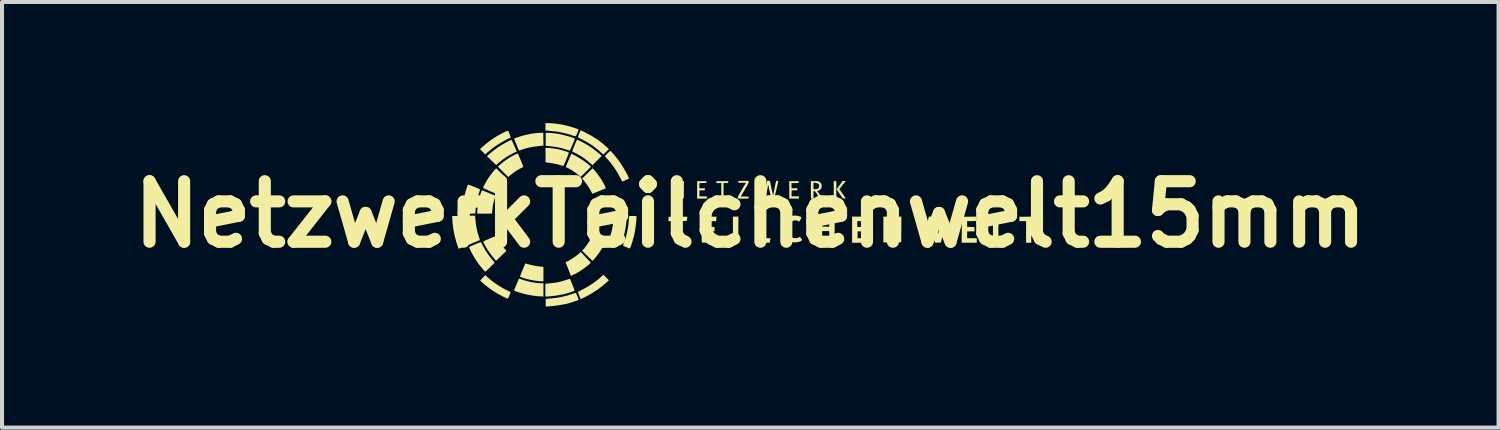
<source format=kicad_pcb>
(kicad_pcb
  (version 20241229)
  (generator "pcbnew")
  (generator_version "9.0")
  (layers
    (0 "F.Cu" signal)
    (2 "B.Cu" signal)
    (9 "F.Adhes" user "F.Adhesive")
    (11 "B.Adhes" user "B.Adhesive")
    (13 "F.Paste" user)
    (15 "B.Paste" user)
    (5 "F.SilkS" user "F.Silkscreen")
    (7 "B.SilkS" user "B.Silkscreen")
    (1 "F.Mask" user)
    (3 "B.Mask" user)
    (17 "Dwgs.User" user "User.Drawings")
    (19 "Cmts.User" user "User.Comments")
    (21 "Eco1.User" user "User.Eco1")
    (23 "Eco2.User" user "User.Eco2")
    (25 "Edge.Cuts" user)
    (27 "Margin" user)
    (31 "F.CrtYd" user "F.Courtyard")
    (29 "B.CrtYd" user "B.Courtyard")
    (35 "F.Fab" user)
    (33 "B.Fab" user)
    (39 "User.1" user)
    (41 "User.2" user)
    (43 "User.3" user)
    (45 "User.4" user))
  (footprint "NetzwerkTeilchenwelt15mm"
    (layer "F.Cu")
    (at 15.55 2.264)
    (property "Reference" "NetzwerkTeilchenwelt15mm" (at 0 0 0) (layer "F.SilkS") (effects (font (size 1.5 1.5) (thickness 0.3))))
    (attr board_only exclude_from_pos_files exclude_from_bom)
    (fp_poly (pts (xy 2.133 -0.607) (xy 2.133 -0.391) (xy 2.101 -0.391) (xy 2.069 -0.391) (xy 2.069 -0.607) (xy 2.069 -0.823) (xy 2.101 -0.823) (xy 2.133 -0.823)) (stroke (width 0) (type solid)) (fill yes) (layer "F.SilkS"))
    (fp_poly (pts (xy -0.296 0.379) (xy -0.296 0.703) (xy -0.358 0.703) (xy -0.388 0.702) (xy -0.412 0.701) (xy -0.425 0.698) (xy -0.426 0.698) (xy -0.427 0.689) (xy -0.428 0.666) (xy -0.429 0.63) (xy -0.43 0.583) (xy -0.431 0.528) (xy -0.431 0.465) (xy -0.431 0.397) (xy -0.431 0.374) (xy -0.431 0.056) (xy -0.363 0.056) (xy -0.296 0.056)) (stroke (width 0) (type solid)) (fill yes) (layer "F.SilkS"))
    (fp_poly (pts (xy 6.15 0.323) (xy 6.15 0.591) (xy 6.266 0.591) (xy 6.307 0.591) (xy 6.342 0.592) (xy 6.367 0.593) (xy 6.381 0.595) (xy 6.382 0.595) (xy 6.38 0.605) (xy 6.375 0.625) (xy 6.369 0.651) (xy 6.356 0.703) (xy 6.185 0.703) (xy 6.014 0.703) (xy 6.016 0.381) (xy 6.019 0.06) (xy 6.084 0.058) (xy 6.15 0.055)) (stroke (width 0) (type solid)) (fill yes) (layer "F.SilkS"))
    (fp_poly (pts (xy -0.546 -0.805) (xy -0.55 -0.788) (xy -0.551 -0.781) (xy -0.558 -0.778) (xy -0.578 -0.776) (xy -0.605 -0.775) (xy -0.607 -0.775) (xy -0.663 -0.775) (xy -0.663 -0.583) (xy -0.663 -0.391) (xy -0.691 -0.391) (xy -0.719 -0.391) (xy -0.719 -0.583) (xy -0.719 -0.775) (xy -0.779 -0.775) (xy -0.839 -0.775) (xy -0.839 -0.799) (xy -0.839 -0.823) (xy -0.69 -0.823) (xy -0.541 -0.823)) (stroke (width 0) (type solid)) (fill yes) (layer "F.SilkS"))
    (fp_poly (pts (xy 0.272 0.323) (xy 0.272 0.591) (xy 0.387 0.591) (xy 0.428 0.591) (xy 0.463 0.593) (xy 0.488 0.594) (xy 0.502 0.596) (xy 0.503 0.597) (xy 0.501 0.608) (xy 0.497 0.628) (xy 0.496 0.631) (xy 0.489 0.657) (xy 0.484 0.681) (xy 0.484 0.681) (xy 0.479 0.703) (xy 0.307 0.703) (xy 0.136 0.703) (xy 0.136 0.379) (xy 0.136 0.056) (xy 0.204 0.056) (xy 0.272 0.056)) (stroke (width 0) (type solid)) (fill yes) (layer "F.SilkS"))
    (fp_poly (pts (xy -1.088 -0.801) (xy -1.09 -0.779) (xy -1.176 -0.777) (xy -1.262 -0.774) (xy -1.262 -0.711) (xy -1.262 -0.647) (xy -1.194 -0.647) (xy -1.126 -0.647) (xy -1.126 -0.621) (xy -1.126 -0.594) (xy -1.192 -0.595) (xy -1.258 -0.595) (xy -1.26 -0.521) (xy -1.263 -0.447) (xy -1.17 -0.447) (xy -1.078 -0.447) (xy -1.078 -0.419) (xy -1.078 -0.391) (xy -1.198 -0.391) (xy -1.318 -0.391) (xy -1.318 -0.607) (xy -1.318 -0.823) (xy -1.202 -0.823) (xy -1.085 -0.823)) (stroke (width 0) (type solid)) (fill yes) (layer "F.SilkS"))
    (fp_poly (pts (xy 1.198 -0.799) (xy 1.198 -0.775) (xy 1.11 -0.775) (xy 1.022 -0.775) (xy 1.022 -0.711) (xy 1.022 -0.647) (xy 1.094 -0.647) (xy 1.166 -0.647) (xy 1.166 -0.621) (xy 1.166 -0.595) (xy 1.096 -0.595) (xy 1.026 -0.595) (xy 1.024 -0.521) (xy 1.022 -0.447) (xy 1.114 -0.447) (xy 1.206 -0.447) (xy 1.206 -0.419) (xy 1.206 -0.391) (xy 1.086 -0.391) (xy 0.966 -0.391) (xy 0.966 -0.607) (xy 0.966 -0.823) (xy 1.082 -0.823) (xy 1.198 -0.823)) (stroke (width 0) (type solid)) (fill yes) (layer "F.SilkS"))
    (fp_poly (pts (xy -7.201 0.11) (xy -7.191 0.225) (xy -7.174 0.342) (xy -7.152 0.458) (xy -7.125 0.567) (xy -7.095 0.667) (xy -7.082 0.702) (xy -7.07 0.734) (xy -7.061 0.76) (xy -7.056 0.776) (xy -7.056 0.78) (xy -7.064 0.784) (xy -7.083 0.793) (xy -7.111 0.805) (xy -7.144 0.818) (xy -7.229 0.854) (xy -7.238 0.832) (xy -7.29 0.679) (xy -7.332 0.519) (xy -7.363 0.357) (xy -7.382 0.197) (xy -7.386 0.142) (xy -7.391 0.04) (xy -7.298 0.04) (xy -7.206 0.04)) (stroke (width 0) (type solid)) (fill yes) (layer "F.SilkS"))
    (fp_poly (pts (xy 7.072 0.057) (xy 7.102 0.058) (xy 7.123 0.061) (xy 7.135 0.066) (xy 7.141 0.074) (xy 7.141 0.085) (xy 7.138 0.1) (xy 7.134 0.118) (xy 7.131 0.127) (xy 7.122 0.168) (xy 7.044 0.168) (xy 6.965 0.168) (xy 6.965 0.435) (xy 6.965 0.703) (xy 6.901 0.703) (xy 6.837 0.703) (xy 6.837 0.435) (xy 6.837 0.168) (xy 6.753 0.168) (xy 6.669 0.168) (xy 6.671 0.114) (xy 6.673 0.06) (xy 6.907 0.058) (xy 6.976 0.057) (xy 7.03 0.057)) (stroke (width 0) (type solid)) (fill yes) (layer "F.SilkS"))
    (fp_poly (pts (xy -4.43 -1.497) (xy -4.411 -1.489) (xy -4.383 -1.476) (xy -4.352 -1.461) (xy -4.249 -1.405) (xy -4.148 -1.34) (xy -4.053 -1.27) (xy -3.993 -1.219) (xy -3.951 -1.181) (xy -4.078 -1.054) (xy -4.205 -0.928) (xy -4.249 -0.967) (xy -4.29 -1.001) (xy -4.34 -1.038) (xy -4.396 -1.075) (xy -4.452 -1.11) (xy -4.504 -1.138) (xy -4.51 -1.141) (xy -4.575 -1.174) (xy -4.508 -1.335) (xy -4.488 -1.382) (xy -4.471 -1.424) (xy -4.456 -1.459) (xy -4.445 -1.484) (xy -4.439 -1.498) (xy -4.438 -1.499)) (stroke (width 0) (type solid)) (fill yes) (layer "F.SilkS"))
    (fp_poly (pts (xy -6.817 0.11) (xy -6.798 0.278) (xy -6.762 0.442) (xy -6.726 0.563) (xy -6.716 0.594) (xy -6.708 0.619) (xy -6.705 0.634) (xy -6.705 0.637) (xy -6.713 0.641) (xy -6.733 0.65) (xy -6.762 0.663) (xy -6.798 0.678) (xy -6.838 0.694) (xy -6.878 0.711) (xy -6.916 0.727) (xy -6.95 0.741) (xy -6.977 0.752) (xy -6.993 0.758) (xy -6.996 0.759) (xy -7.001 0.752) (xy -7.01 0.733) (xy -7.02 0.707) (xy -7.023 0.701) (xy -7.072 0.549) (xy -7.109 0.393) (xy -7.134 0.23) (xy -7.145 0.11) (xy -7.15 0.032) (xy -6.986 0.032) (xy -6.823 0.032)) (stroke (width 0) (type solid)) (fill yes) (layer "F.SilkS"))
    (fp_poly (pts (xy 2.362 -0.828) (xy 2.364 -0.827) (xy 2.36 -0.819) (xy 2.346 -0.801) (xy 2.327 -0.776) (xy 2.302 -0.744) (xy 2.285 -0.724) (xy 2.206 -0.626) (xy 2.285 -0.515) (xy 2.311 -0.478) (xy 2.333 -0.445) (xy 2.35 -0.42) (xy 2.361 -0.403) (xy 2.364 -0.397) (xy 2.357 -0.394) (xy 2.339 -0.392) (xy 2.33 -0.392) (xy 2.305 -0.394) (xy 2.289 -0.404) (xy 2.284 -0.41) (xy 2.275 -0.422) (xy 2.259 -0.446) (xy 2.238 -0.476) (xy 2.214 -0.511) (xy 2.205 -0.524) (xy 2.139 -0.621) (xy 2.215 -0.724) (xy 2.29 -0.827) (xy 2.327 -0.829) (xy 2.349 -0.83)) (stroke (width 0) (type solid)) (fill yes) (layer "F.SilkS"))
    (fp_poly (pts (xy 5.603 0.106) (xy 5.6 0.133) (xy 5.596 0.153) (xy 5.594 0.162) (xy 5.585 0.164) (xy 5.563 0.166) (xy 5.531 0.167) (xy 5.493 0.168) (xy 5.483 0.168) (xy 5.376 0.168) (xy 5.376 0.239) (xy 5.376 0.311) (xy 5.465 0.313) (xy 5.555 0.316) (xy 5.558 0.369) (xy 5.56 0.423) (xy 5.468 0.423) (xy 5.376 0.423) (xy 5.376 0.507) (xy 5.376 0.591) (xy 5.495 0.591) (xy 5.615 0.591) (xy 5.615 0.647) (xy 5.615 0.703) (xy 5.427 0.703) (xy 5.24 0.703) (xy 5.242 0.381) (xy 5.244 0.06) (xy 5.426 0.058) (xy 5.609 0.056)) (stroke (width 0) (type solid)) (fill yes) (layer "F.SilkS"))
    (fp_poly (pts (xy -3.573 1.566) (xy -3.505 1.633) (xy -3.556 1.68) (xy -3.664 1.773) (xy -3.783 1.863) (xy -3.908 1.945) (xy -4.035 2.017) (xy -4.05 2.024) (xy -4.089 2.044) (xy -4.125 2.062) (xy -4.155 2.077) (xy -4.176 2.086) (xy -4.179 2.087) (xy -4.208 2.099) (xy -4.241 2.012) (xy -4.254 1.977) (xy -4.264 1.949) (xy -4.271 1.929) (xy -4.272 1.922) (xy -4.264 1.918) (xy -4.245 1.907) (xy -4.216 1.892) (xy -4.18 1.874) (xy -4.153 1.86) (xy -4.055 1.807) (xy -3.968 1.754) (xy -3.886 1.7) (xy -3.807 1.639) (xy -3.724 1.571) (xy -3.72 1.567) (xy -3.641 1.499)) (stroke (width 0) (type solid)) (fill yes) (layer "F.SilkS"))
    (fp_poly (pts (xy 2.814 0.056) (xy 2.848 0.057) (xy 2.871 0.06) (xy 2.884 0.065) (xy 2.891 0.073) (xy 2.892 0.085) (xy 2.889 0.101) (xy 2.884 0.122) (xy 2.883 0.127) (xy 2.874 0.168) (xy 2.763 0.168) (xy 2.652 0.168) (xy 2.652 0.24) (xy 2.652 0.312) (xy 2.744 0.312) (xy 2.836 0.312) (xy 2.836 0.367) (xy 2.836 0.423) (xy 2.748 0.423) (xy 2.66 0.423) (xy 2.66 0.507) (xy 2.66 0.591) (xy 2.78 0.591) (xy 2.899 0.591) (xy 2.899 0.647) (xy 2.899 0.703) (xy 2.712 0.703) (xy 2.524 0.703) (xy 2.524 0.379) (xy 2.524 0.056) (xy 2.708 0.056) (xy 2.768 0.056)) (stroke (width 0) (type solid)) (fill yes) (layer "F.SilkS"))
    (fp_poly (pts (xy -1.678 0.058) (xy -1.632 0.058) (xy -1.595 0.059) (xy -1.57 0.06) (xy -1.559 0.061) (xy -1.558 0.062) (xy -1.56 0.072) (xy -1.564 0.094) (xy -1.568 0.116) (xy -1.578 0.164) (xy -1.652 0.166) (xy -1.725 0.168) (xy -1.727 0.434) (xy -1.729 0.699) (xy -1.795 0.701) (xy -1.831 0.702) (xy -1.852 0.7) (xy -1.863 0.696) (xy -1.865 0.693) (xy -1.866 0.683) (xy -1.867 0.658) (xy -1.868 0.622) (xy -1.868 0.576) (xy -1.868 0.521) (xy -1.868 0.461) (xy -1.867 0.425) (xy -1.865 0.168) (xy -1.947 0.168) (xy -2.03 0.168) (xy -2.027 0.114) (xy -2.025 0.06) (xy -1.791 0.058) (xy -1.732 0.057)) (stroke (width 0) (type solid)) (fill yes) (layer "F.SilkS"))
    (fp_poly (pts (xy -4.329 1.946) (xy -4.322 1.954) (xy -4.312 1.971) (xy -4.299 2) (xy -4.288 2.026) (xy -4.274 2.06) (xy -4.263 2.089) (xy -4.254 2.109) (xy -4.251 2.117) (xy -4.257 2.121) (xy -4.276 2.129) (xy -4.305 2.14) (xy -4.34 2.152) (xy -4.38 2.166) (xy -4.42 2.179) (xy -4.46 2.191) (xy -4.495 2.202) (xy -4.518 2.208) (xy -4.635 2.234) (xy -4.761 2.255) (xy -4.898 2.272) (xy -5.002 2.281) (xy -5.072 2.286) (xy -5.072 2.191) (xy -5.072 2.096) (xy -4.956 2.086) (xy -4.804 2.069) (xy -4.662 2.044) (xy -4.526 2.01) (xy -4.441 1.982) (xy -4.404 1.97) (xy -4.372 1.959) (xy -4.348 1.95) (xy -4.336 1.945)) (stroke (width 0) (type solid)) (fill yes) (layer "F.SilkS"))
    (fp_poly (pts (xy 1.711 0.058) (xy 1.777 0.06) (xy 1.779 0.181) (xy 1.782 0.303) (xy 1.869 0.305) (xy 1.957 0.308) (xy 1.957 0.182) (xy 1.957 0.056) (xy 2.025 0.056) (xy 2.093 0.056) (xy 2.091 0.377) (xy 2.089 0.698) (xy 2.025 0.698) (xy 1.961 0.699) (xy 1.959 0.557) (xy 1.957 0.415) (xy 1.869 0.415) (xy 1.782 0.415) (xy 1.779 0.557) (xy 1.777 0.699) (xy 1.715 0.699) (xy 1.685 0.699) (xy 1.662 0.698) (xy 1.65 0.696) (xy 1.649 0.696) (xy 1.648 0.687) (xy 1.648 0.665) (xy 1.647 0.629) (xy 1.646 0.583) (xy 1.646 0.528) (xy 1.646 0.465) (xy 1.645 0.397) (xy 1.645 0.374) (xy 1.645 0.055)) (stroke (width 0) (type solid)) (fill yes) (layer "F.SilkS"))
    (fp_poly (pts (xy -5.642 1.623) (xy -5.56 1.648) (xy -5.472 1.67) (xy -5.381 1.688) (xy -5.292 1.701) (xy -5.211 1.708) (xy -5.17 1.709) (xy -5.128 1.709) (xy -5.128 1.873) (xy -5.128 2.037) (xy -5.162 2.036) (xy -5.185 2.034) (xy -5.219 2.032) (xy -5.257 2.03) (xy -5.272 2.029) (xy -5.376 2.017) (xy -5.488 1.998) (xy -5.599 1.973) (xy -5.659 1.957) (xy -5.7 1.944) (xy -5.742 1.931) (xy -5.781 1.918) (xy -5.815 1.906) (xy -5.839 1.897) (xy -5.852 1.89) (xy -5.853 1.89) (xy -5.854 1.887) (xy -5.853 1.88) (xy -5.849 1.869) (xy -5.842 1.85) (xy -5.832 1.823) (xy -5.816 1.786) (xy -5.795 1.736) (xy -5.782 1.704) (xy -5.734 1.591)) (stroke (width 0) (type solid)) (fill yes) (layer "F.SilkS"))
    (fp_poly (pts (xy -3.067 0.086) (xy -3.07 0.157) (xy -3.078 0.238) (xy -3.091 0.325) (xy -3.107 0.414) (xy -3.126 0.5) (xy -3.147 0.579) (xy -3.155 0.607) (xy -3.172 0.659) (xy -3.186 0.697) (xy -3.196 0.724) (xy -3.205 0.74) (xy -3.212 0.748) (xy -3.218 0.75) (xy -3.229 0.747) (xy -3.253 0.739) (xy -3.286 0.727) (xy -3.326 0.711) (xy -3.364 0.696) (xy -3.407 0.679) (xy -3.445 0.663) (xy -3.475 0.651) (xy -3.495 0.642) (xy -3.502 0.639) (xy -3.501 0.629) (xy -3.496 0.61) (xy -3.49 0.592) (xy -3.461 0.505) (xy -3.435 0.408) (xy -3.414 0.306) (xy -3.398 0.206) (xy -3.389 0.119) (xy -3.384 0.04) (xy -3.226 0.04) (xy -3.067 0.04)) (stroke (width 0) (type solid)) (fill yes) (layer "F.SilkS"))
    (fp_poly (pts (xy -1.804 -0.701) (xy -1.781 -0.656) (xy -1.76 -0.612) (xy -1.742 -0.573) (xy -1.727 -0.543) (xy -1.72 -0.527) (xy -1.702 -0.483) (xy -1.702 -0.653) (xy -1.701 -0.823) (xy -1.673 -0.823) (xy -1.645 -0.823) (xy -1.647 -0.609) (xy -1.649 -0.395) (xy -1.678 -0.393) (xy -1.706 -0.391) (xy -1.793 -0.567) (xy -1.817 -0.615) (xy -1.838 -0.659) (xy -1.856 -0.695) (xy -1.87 -0.722) (xy -1.878 -0.739) (xy -1.88 -0.743) (xy -1.88 -0.735) (xy -1.88 -0.714) (xy -1.88 -0.681) (xy -1.879 -0.64) (xy -1.879 -0.591) (xy -1.878 -0.571) (xy -1.875 -0.399) (xy -1.904 -0.399) (xy -1.933 -0.399) (xy -1.933 -0.615) (xy -1.933 -0.831) (xy -1.901 -0.831) (xy -1.869 -0.831)) (stroke (width 0) (type solid)) (fill yes) (layer "F.SilkS"))
    (fp_poly (pts (xy -6 -2.064) (xy -5.99 -2.044) (xy -5.979 -2.017) (xy -5.966 -1.986) (xy -5.955 -1.956) (xy -5.946 -1.93) (xy -5.941 -1.911) (xy -5.941 -1.903) (xy -5.941 -1.903) (xy -5.951 -1.898) (xy -5.973 -1.888) (xy -6.003 -1.873) (xy -6.04 -1.855) (xy -6.06 -1.845) (xy -6.164 -1.789) (xy -6.271 -1.723) (xy -6.374 -1.651) (xy -6.47 -1.576) (xy -6.534 -1.52) (xy -6.571 -1.486) (xy -6.636 -1.552) (xy -6.702 -1.618) (xy -6.648 -1.666) (xy -6.558 -1.743) (xy -6.474 -1.81) (xy -6.389 -1.87) (xy -6.299 -1.928) (xy -6.254 -1.954) (xy -6.218 -1.975) (xy -6.178 -1.996) (xy -6.137 -2.017) (xy -6.098 -2.036) (xy -6.063 -2.053) (xy -6.034 -2.065) (xy -6.014 -2.072) (xy -6.007 -2.073)) (stroke (width 0) (type solid)) (fill yes) (layer "F.SilkS"))
    (fp_poly (pts (xy -5.016 -1.647) (xy -4.958 -1.643) (xy -4.89 -1.635) (xy -4.82 -1.624) (xy -4.754 -1.612) (xy -4.721 -1.604) (xy -4.686 -1.595) (xy -4.647 -1.584) (xy -4.606 -1.572) (xy -4.567 -1.56) (xy -4.534 -1.549) (xy -4.51 -1.54) (xy -4.501 -1.535) (xy -4.5 -1.528) (xy -4.504 -1.511) (xy -4.513 -1.482) (xy -4.529 -1.441) (xy -4.55 -1.387) (xy -4.56 -1.364) (xy -4.58 -1.316) (xy -4.599 -1.274) (xy -4.615 -1.239) (xy -4.627 -1.214) (xy -4.635 -1.201) (xy -4.637 -1.199) (xy -4.65 -1.202) (xy -4.665 -1.207) (xy -4.699 -1.219) (xy -4.745 -1.231) (xy -4.799 -1.244) (xy -4.859 -1.257) (xy -4.921 -1.268) (xy -4.956 -1.273) (xy -5.076 -1.291) (xy -5.076 -1.47) (xy -5.076 -1.649)) (stroke (width 0) (type solid)) (fill yes) (layer "F.SilkS"))
    (fp_poly (pts (xy -6.168 -1.013) (xy -6.038 -0.886) (xy -6.087 -0.828) (xy -6.138 -0.764) (xy -6.188 -0.693) (xy -6.232 -0.621) (xy -6.258 -0.573) (xy -6.273 -0.545) (xy -6.287 -0.524) (xy -6.296 -0.513) (xy -6.298 -0.512) (xy -6.307 -0.515) (xy -6.329 -0.524) (xy -6.361 -0.537) (xy -6.401 -0.554) (xy -6.446 -0.573) (xy -6.464 -0.581) (xy -6.516 -0.604) (xy -6.559 -0.624) (xy -6.592 -0.641) (xy -6.613 -0.653) (xy -6.622 -0.66) (xy -6.622 -0.66) (xy -6.618 -0.675) (xy -6.607 -0.701) (xy -6.59 -0.734) (xy -6.569 -0.773) (xy -6.545 -0.814) (xy -6.521 -0.856) (xy -6.504 -0.882) (xy -6.474 -0.927) (xy -6.441 -0.973) (xy -6.406 -1.019) (xy -6.373 -1.061) (xy -6.344 -1.096) (xy -6.321 -1.12) (xy -6.298 -1.141)) (stroke (width 0) (type solid)) (fill yes) (layer "F.SilkS"))
    (fp_poly (pts (xy -4.288 -1.847) (xy -4.267 -1.84) (xy -4.237 -1.826) (xy -4.201 -1.809) (xy -4.16 -1.788) (xy -4.117 -1.765) (xy -4.075 -1.742) (xy -4.036 -1.718) (xy -4.02 -1.709) (xy -3.918 -1.641) (xy -3.823 -1.569) (xy -3.728 -1.489) (xy -3.721 -1.482) (xy -3.683 -1.448) (xy -3.798 -1.334) (xy -3.912 -1.22) (xy -3.951 -1.256) (xy -4.03 -1.323) (xy -4.119 -1.39) (xy -4.211 -1.451) (xy -4.302 -1.503) (xy -4.333 -1.519) (xy -4.365 -1.535) (xy -4.391 -1.548) (xy -4.409 -1.557) (xy -4.415 -1.561) (xy -4.413 -1.569) (xy -4.406 -1.589) (xy -4.395 -1.618) (xy -4.381 -1.653) (xy -4.365 -1.692) (xy -4.348 -1.732) (xy -4.332 -1.77) (xy -4.318 -1.803) (xy -4.307 -1.829) (xy -4.299 -1.845) (xy -4.297 -1.848)) (stroke (width 0) (type solid)) (fill yes) (layer "F.SilkS"))
    (fp_poly (pts (xy -5.13 -1.864) (xy -5.128 -1.705) (xy -5.23 -1.695) (xy -5.355 -1.679) (xy -5.472 -1.658) (xy -5.579 -1.632) (xy -5.674 -1.601) (xy -5.679 -1.599) (xy -5.707 -1.588) (xy -5.723 -1.583) (xy -5.733 -1.584) (xy -5.738 -1.589) (xy -5.742 -1.595) (xy -5.747 -1.607) (xy -5.756 -1.629) (xy -5.769 -1.66) (xy -5.784 -1.697) (xy -5.8 -1.736) (xy -5.816 -1.775) (xy -5.831 -1.811) (xy -5.843 -1.842) (xy -5.851 -1.863) (xy -5.855 -1.873) (xy -5.855 -1.874) (xy -5.847 -1.88) (xy -5.827 -1.889) (xy -5.796 -1.901) (xy -5.756 -1.915) (xy -5.711 -1.93) (xy -5.661 -1.945) (xy -5.61 -1.959) (xy -5.603 -1.961) (xy -5.517 -1.981) (xy -5.425 -1.998) (xy -5.334 -2.011) (xy -5.249 -2.019) (xy -5.204 -2.022) (xy -5.132 -2.023)) (stroke (width 0) (type solid)) (fill yes) (layer "F.SilkS"))
    (fp_poly (pts (xy -4.47 1.599) (xy -4.466 1.607) (xy -4.458 1.627) (xy -4.445 1.658) (xy -4.429 1.696) (xy -4.411 1.74) (xy -4.409 1.744) (xy -4.39 1.792) (xy -4.375 1.832) (xy -4.364 1.864) (xy -4.358 1.885) (xy -4.358 1.893) (xy -4.37 1.9) (xy -4.396 1.91) (xy -4.431 1.923) (xy -4.475 1.937) (xy -4.524 1.952) (xy -4.567 1.964) (xy -4.629 1.98) (xy -4.702 1.994) (xy -4.78 2.008) (xy -4.859 2.02) (xy -4.934 2.028) (xy -4.99 2.033) (xy -5.08 2.038) (xy -5.08 1.879) (xy -5.08 1.72) (xy -4.97 1.71) (xy -4.894 1.702) (xy -4.828 1.693) (xy -4.767 1.683) (xy -4.707 1.669) (xy -4.643 1.651) (xy -4.57 1.628) (xy -4.533 1.616) (xy -4.502 1.607) (xy -4.48 1.601) (xy -4.47 1.599)) (stroke (width 0) (type solid)) (fill yes) (layer "F.SilkS"))
    (fp_poly (pts (xy -4.081 1.063) (xy -4.045 1.1) (xy -4.013 1.134) (xy -3.987 1.162) (xy -3.967 1.183) (xy -3.957 1.195) (xy -3.955 1.198) (xy -3.96 1.205) (xy -3.976 1.221) (xy -4 1.242) (xy -4.03 1.268) (xy -4.065 1.295) (xy -4.102 1.324) (xy -4.138 1.35) (xy -4.172 1.374) (xy -4.177 1.378) (xy -4.269 1.436) (xy -4.353 1.482) (xy -4.401 1.504) (xy -4.446 1.524) (xy -4.511 1.359) (xy -4.53 1.311) (xy -4.547 1.268) (xy -4.561 1.232) (xy -4.571 1.206) (xy -4.576 1.191) (xy -4.577 1.189) (xy -4.57 1.183) (xy -4.554 1.175) (xy -4.551 1.173) (xy -4.513 1.155) (xy -4.466 1.129) (xy -4.414 1.097) (xy -4.361 1.061) (xy -4.311 1.025) (xy -4.266 0.99) (xy -4.237 0.965) (xy -4.203 0.934)) (stroke (width 0) (type solid)) (fill yes) (layer "F.SilkS"))
    (fp_poly (pts (xy -3.867 -1.096) (xy -3.834 -1.057) (xy -3.795 -1.009) (xy -3.755 -0.955) (xy -3.717 -0.9) (xy -3.683 -0.849) (xy -3.67 -0.827) (xy -3.645 -0.783) (xy -3.622 -0.741) (xy -3.604 -0.705) (xy -3.591 -0.675) (xy -3.584 -0.654) (xy -3.584 -0.646) (xy -3.593 -0.641) (xy -3.614 -0.632) (xy -3.644 -0.62) (xy -3.681 -0.604) (xy -3.723 -0.587) (xy -3.766 -0.569) (xy -3.808 -0.552) (xy -3.846 -0.537) (xy -3.878 -0.524) (xy -3.902 -0.515) (xy -3.913 -0.511) (xy -3.914 -0.511) (xy -3.919 -0.518) (xy -3.929 -0.536) (xy -3.942 -0.561) (xy -3.946 -0.569) (xy -3.971 -0.616) (xy -4.004 -0.671) (xy -4.042 -0.727) (xy -4.08 -0.781) (xy -4.116 -0.826) (xy -4.125 -0.837) (xy -4.169 -0.888) (xy -4.04 -1.015) (xy -3.91 -1.142)) (stroke (width 0) (type solid)) (fill yes) (layer "F.SilkS"))
    (fp_poly (pts (xy -0.04 -0.803) (xy -0.046 -0.775) (xy -0.064 -0.737) (xy -0.075 -0.717) (xy -0.094 -0.685) (xy -0.117 -0.645) (xy -0.142 -0.603) (xy -0.155 -0.579) (xy -0.176 -0.544) (xy -0.196 -0.511) (xy -0.212 -0.485) (xy -0.221 -0.471) (xy -0.24 -0.443) (xy -0.137 -0.441) (xy -0.034 -0.439) (xy -0.042 -0.415) (xy -0.051 -0.391) (xy -0.181 -0.391) (xy -0.312 -0.391) (xy -0.312 -0.416) (xy -0.308 -0.43) (xy -0.299 -0.453) (xy -0.282 -0.485) (xy -0.258 -0.528) (xy -0.226 -0.583) (xy -0.209 -0.612) (xy -0.106 -0.783) (xy -0.205 -0.783) (xy -0.242 -0.783) (xy -0.273 -0.784) (xy -0.295 -0.785) (xy -0.303 -0.786) (xy -0.304 -0.786) (xy -0.301 -0.795) (xy -0.296 -0.81) (xy -0.288 -0.831) (xy -0.164 -0.831) (xy -0.04 -0.831)) (stroke (width 0) (type solid)) (fill yes) (layer "F.SilkS"))
    (fp_poly (pts (xy -5 -2.262) (xy -4.844 -2.251) (xy -4.683 -2.228) (xy -4.521 -2.192) (xy -4.517 -2.191) (xy -4.488 -2.183) (xy -4.452 -2.173) (xy -4.412 -2.16) (xy -4.371 -2.147) (xy -4.332 -2.134) (xy -4.3 -2.123) (xy -4.276 -2.114) (xy -4.266 -2.109) (xy -4.261 -2.104) (xy -4.261 -2.093) (xy -4.266 -2.076) (xy -4.276 -2.048) (xy -4.287 -2.019) (xy -4.304 -1.98) (xy -4.317 -1.953) (xy -4.327 -1.939) (xy -4.335 -1.936) (xy -4.348 -1.938) (xy -4.372 -1.944) (xy -4.403 -1.954) (xy -4.421 -1.961) (xy -4.466 -1.976) (xy -4.524 -1.993) (xy -4.592 -2.01) (xy -4.666 -2.027) (xy -4.742 -2.044) (xy -4.764 -2.047) (xy -4.798 -2.052) (xy -4.841 -2.057) (xy -4.889 -2.062) (xy -4.932 -2.066) (xy -5.08 -2.08) (xy -5.078 -2.172) (xy -5.076 -2.264)) (stroke (width 0) (type solid)) (fill yes) (layer "F.SilkS"))
    (fp_poly (pts (xy -6.52 1.551) (xy -6.445 1.617) (xy -6.359 1.684) (xy -6.265 1.749) (xy -6.167 1.81) (xy -6.071 1.864) (xy -5.994 1.902) (xy -5.969 1.914) (xy -5.95 1.925) (xy -5.943 1.932) (xy -5.943 1.932) (xy -5.946 1.944) (xy -5.954 1.966) (xy -5.965 1.993) (xy -5.978 2.023) (xy -5.991 2.052) (xy -6.002 2.075) (xy -6.01 2.088) (xy -6.012 2.091) (xy -6.022 2.088) (xy -6.043 2.079) (xy -6.073 2.065) (xy -6.109 2.048) (xy -6.135 2.035) (xy -6.271 1.961) (xy -6.395 1.884) (xy -6.489 1.817) (xy -6.529 1.786) (xy -6.569 1.755) (xy -6.606 1.724) (xy -6.639 1.695) (xy -6.666 1.671) (xy -6.685 1.653) (xy -6.693 1.642) (xy -6.693 1.641) (xy -6.688 1.633) (xy -6.674 1.616) (xy -6.652 1.593) (xy -6.63 1.57) (xy -6.566 1.507)) (stroke (width 0) (type solid)) (fill yes) (layer "F.SilkS"))
    (fp_poly (pts (xy -0.839 0.082) (xy -0.84 0.108) (xy -0.844 0.137) (xy -0.844 0.138) (xy -0.849 0.168) (xy -0.96 0.168) (xy -1.07 0.168) (xy -1.07 0.24) (xy -1.07 0.312) (xy -0.978 0.312) (xy -0.887 0.312) (xy -0.887 0.367) (xy -0.887 0.423) (xy -0.978 0.423) (xy -1.07 0.423) (xy -1.07 0.507) (xy -1.07 0.591) (xy -0.947 0.591) (xy -0.823 0.591) (xy -0.823 0.647) (xy -0.823 0.703) (xy -1.011 0.703) (xy -1.074 0.703) (xy -1.123 0.702) (xy -1.158 0.701) (xy -1.183 0.699) (xy -1.197 0.696) (xy -1.202 0.693) (xy -1.202 0.693) (xy -1.203 0.683) (xy -1.204 0.659) (xy -1.204 0.622) (xy -1.205 0.575) (xy -1.205 0.519) (xy -1.205 0.456) (xy -1.204 0.388) (xy -1.204 0.371) (xy -1.202 0.06) (xy -1.02 0.058) (xy -0.839 0.056)) (stroke (width 0) (type solid)) (fill yes) (layer "F.SilkS"))
    (fp_poly (pts (xy -6.673 0.697) (xy -6.663 0.712) (xy -6.649 0.739) (xy -6.644 0.75) (xy -6.576 0.877) (xy -6.494 1.002) (xy -6.4 1.122) (xy -6.395 1.127) (xy -6.336 1.196) (xy -6.449 1.309) (xy -6.483 1.343) (xy -6.514 1.373) (xy -6.54 1.398) (xy -6.558 1.414) (xy -6.566 1.422) (xy -6.567 1.422) (xy -6.574 1.416) (xy -6.589 1.402) (xy -6.609 1.381) (xy -6.614 1.376) (xy -6.724 1.245) (xy -6.822 1.102) (xy -6.909 0.949) (xy -6.92 0.928) (xy -6.941 0.884) (xy -6.956 0.853) (xy -6.965 0.831) (xy -6.968 0.817) (xy -6.967 0.809) (xy -6.965 0.806) (xy -6.953 0.8) (xy -6.929 0.789) (xy -6.896 0.775) (xy -6.858 0.759) (xy -6.818 0.742) (xy -6.778 0.725) (xy -6.743 0.711) (xy -6.714 0.699) (xy -6.695 0.692) (xy -6.69 0.69) (xy -6.681 0.69)) (stroke (width 0) (type solid)) (fill yes) (layer "F.SilkS"))
    (fp_poly (pts (xy -5.566 1.219) (xy -5.545 1.224) (xy -5.517 1.232) (xy -5.507 1.235) (xy -5.441 1.254) (xy -5.369 1.27) (xy -5.299 1.283) (xy -5.244 1.29) (xy -5.21 1.293) (xy -5.179 1.296) (xy -5.158 1.299) (xy -5.128 1.303) (xy -5.128 1.482) (xy -5.128 1.661) (xy -5.166 1.66) (xy -5.192 1.659) (xy -5.228 1.656) (xy -5.265 1.653) (xy -5.272 1.652) (xy -5.336 1.644) (xy -5.408 1.631) (xy -5.482 1.616) (xy -5.553 1.599) (xy -5.614 1.581) (xy -5.625 1.578) (xy -5.658 1.566) (xy -5.685 1.556) (xy -5.703 1.549) (xy -5.709 1.546) (xy -5.707 1.538) (xy -5.7 1.518) (xy -5.689 1.488) (xy -5.675 1.451) (xy -5.659 1.41) (xy -5.641 1.368) (xy -5.624 1.326) (xy -5.608 1.288) (xy -5.594 1.255) (xy -5.583 1.232) (xy -5.576 1.219) (xy -5.575 1.218)) (stroke (width 0) (type solid)) (fill yes) (layer "F.SilkS"))
    (fp_poly (pts (xy -6.301 0.54) (xy -6.291 0.549) (xy -6.279 0.568) (xy -6.261 0.6) (xy -6.257 0.607) (xy -6.204 0.7) (xy -6.138 0.792) (xy -6.089 0.853) (xy -6.045 0.903) (xy -6.17 1.024) (xy -6.207 1.06) (xy -6.24 1.092) (xy -6.267 1.118) (xy -6.288 1.137) (xy -6.299 1.147) (xy -6.301 1.148) (xy -6.309 1.144) (xy -6.318 1.135) (xy -6.328 1.123) (xy -6.345 1.102) (xy -6.367 1.074) (xy -6.391 1.045) (xy -6.449 0.969) (xy -6.504 0.891) (xy -6.55 0.817) (xy -6.552 0.814) (xy -6.572 0.777) (xy -6.591 0.742) (xy -6.606 0.711) (xy -6.617 0.688) (xy -6.622 0.675) (xy -6.622 0.675) (xy -6.615 0.67) (xy -6.595 0.66) (xy -6.566 0.647) (xy -6.53 0.63) (xy -6.488 0.612) (xy -6.445 0.593) (xy -6.401 0.575) (xy -6.36 0.558) (xy -6.324 0.544) (xy -6.309 0.539)) (stroke (width 0) (type solid)) (fill yes) (layer "F.SilkS"))
    (fp_poly (pts (xy -5.018 -2.021) (xy -4.983 -2.019) (xy -4.938 -2.016) (xy -4.885 -2.011) (xy -4.831 -2.005) (xy -4.78 -1.998) (xy -4.737 -1.991) (xy -4.729 -1.989) (xy -4.685 -1.98) (xy -4.636 -1.968) (xy -4.584 -1.954) (xy -4.531 -1.94) (xy -4.481 -1.925) (xy -4.435 -1.911) (xy -4.397 -1.898) (xy -4.368 -1.887) (xy -4.352 -1.879) (xy -4.351 -1.878) (xy -4.352 -1.868) (xy -4.359 -1.844) (xy -4.373 -1.807) (xy -4.394 -1.757) (xy -4.422 -1.694) (xy -4.424 -1.689) (xy -4.436 -1.661) (xy -4.45 -1.63) (xy -4.454 -1.619) (xy -4.465 -1.596) (xy -4.477 -1.584) (xy -4.481 -1.582) (xy -4.494 -1.585) (xy -4.517 -1.592) (xy -4.545 -1.602) (xy -4.663 -1.638) (xy -4.79 -1.667) (xy -4.92 -1.685) (xy -4.959 -1.69) (xy -4.996 -1.694) (xy -5.026 -1.697) (xy -5.038 -1.698) (xy -5.072 -1.702) (xy -5.072 -1.862) (xy -5.072 -2.021)) (stroke (width 0) (type solid)) (fill yes) (layer "F.SilkS"))
    (fp_poly (pts (xy -4.197 -2.082) (xy -4.188 -2.078) (xy -4.176 -2.072) (xy -4.152 -2.06) (xy -4.121 -2.044) (xy -4.083 -2.025) (xy -4.067 -2.017) (xy -3.931 -1.944) (xy -3.8 -1.861) (xy -3.678 -1.771) (xy -3.567 -1.676) (xy -3.548 -1.658) (xy -3.506 -1.618) (xy -3.572 -1.552) (xy -3.598 -1.526) (xy -3.621 -1.505) (xy -3.636 -1.491) (xy -3.643 -1.486) (xy -3.652 -1.491) (xy -3.659 -1.498) (xy -3.671 -1.51) (xy -3.692 -1.529) (xy -3.722 -1.554) (xy -3.756 -1.583) (xy -3.793 -1.613) (xy -3.83 -1.643) (xy -3.864 -1.669) (xy -3.893 -1.691) (xy -3.902 -1.699) (xy -3.985 -1.754) (xy -4.077 -1.808) (xy -4.171 -1.857) (xy -4.188 -1.865) (xy -4.221 -1.881) (xy -4.248 -1.896) (xy -4.266 -1.907) (xy -4.273 -1.914) (xy -4.27 -1.923) (xy -4.263 -1.944) (xy -4.252 -1.972) (xy -4.24 -2.003) (xy -4.228 -2.033) (xy -4.217 -2.059) (xy -4.208 -2.077) (xy -4.205 -2.083)) (stroke (width 0) (type solid)) (fill yes) (layer "F.SilkS"))
    (fp_poly (pts (xy -6.64 -0.592) (xy -6.618 -0.584) (xy -6.586 -0.571) (xy -6.546 -0.555) (xy -6.5 -0.537) (xy -6.479 -0.528) (xy -6.426 -0.506) (xy -6.386 -0.489) (xy -6.357 -0.476) (xy -6.338 -0.466) (xy -6.326 -0.458) (xy -6.321 -0.452) (xy -6.321 -0.446) (xy -6.321 -0.444) (xy -6.325 -0.429) (xy -6.333 -0.403) (xy -6.342 -0.372) (xy -6.346 -0.359) (xy -6.371 -0.267) (xy -6.387 -0.18) (xy -6.396 -0.097) (xy -6.402 -0.02) (xy -6.583 -0.018) (xy -6.635 -0.017) (xy -6.682 -0.018) (xy -6.72 -0.018) (xy -6.749 -0.019) (xy -6.765 -0.021) (xy -6.768 -0.022) (xy -6.77 -0.034) (xy -6.769 -0.06) (xy -6.767 -0.095) (xy -6.763 -0.136) (xy -6.758 -0.182) (xy -6.752 -0.227) (xy -6.745 -0.27) (xy -6.738 -0.307) (xy -6.738 -0.308) (xy -6.725 -0.367) (xy -6.71 -0.424) (xy -6.696 -0.476) (xy -6.683 -0.521) (xy -6.67 -0.557) (xy -6.659 -0.582) (xy -6.651 -0.594) (xy -6.649 -0.595)) (stroke (width 0) (type solid)) (fill yes) (layer "F.SilkS"))
    (fp_poly (pts (xy -5.761 -1.503) (xy -5.752 -1.486) (xy -5.749 -1.48) (xy -5.741 -1.46) (xy -5.728 -1.43) (xy -5.713 -1.393) (xy -5.696 -1.352) (xy -5.678 -1.31) (xy -5.662 -1.27) (xy -5.648 -1.235) (xy -5.637 -1.208) (xy -5.631 -1.193) (xy -5.631 -1.193) (xy -5.628 -1.182) (xy -5.633 -1.174) (xy -5.648 -1.164) (xy -5.668 -1.155) (xy -5.724 -1.126) (xy -5.787 -1.089) (xy -5.85 -1.047) (xy -5.91 -1.003) (xy -5.961 -0.961) (xy -5.98 -0.944) (xy -5.993 -0.932) (xy -6 -0.927) (xy -6 -0.927) (xy -6.006 -0.932) (xy -6.022 -0.947) (xy -6.046 -0.97) (xy -6.076 -1) (xy -6.111 -1.035) (xy -6.13 -1.055) (xy -6.258 -1.183) (xy -6.214 -1.223) (xy -6.168 -1.262) (xy -6.114 -1.305) (xy -6.058 -1.347) (xy -6.004 -1.384) (xy -5.962 -1.411) (xy -5.932 -1.428) (xy -5.897 -1.447) (xy -5.861 -1.466) (xy -5.827 -1.483) (xy -5.798 -1.497) (xy -5.777 -1.506) (xy -5.767 -1.51)) (stroke (width 0) (type solid)) (fill yes) (layer "F.SilkS"))
    (fp_poly (pts (xy -6.988 -0.737) (xy -6.968 -0.73) (xy -6.938 -0.719) (xy -6.902 -0.705) (xy -6.862 -0.689) (xy -6.821 -0.673) (xy -6.781 -0.656) (xy -6.746 -0.64) (xy -6.718 -0.627) (xy -6.708 -0.622) (xy -6.701 -0.617) (xy -6.7 -0.609) (xy -6.704 -0.593) (xy -6.711 -0.573) (xy -6.742 -0.481) (xy -6.769 -0.378) (xy -6.791 -0.271) (xy -6.807 -0.165) (xy -6.815 -0.066) (xy -6.815 -0.064) (xy -6.817 -0.02) (xy -6.975 -0.018) (xy -7.03 -0.017) (xy -7.07 -0.017) (xy -7.099 -0.018) (xy -7.118 -0.019) (xy -7.13 -0.021) (xy -7.136 -0.025) (xy -7.138 -0.029) (xy -7.14 -0.043) (xy -7.139 -0.07) (xy -7.137 -0.107) (xy -7.134 -0.151) (xy -7.129 -0.199) (xy -7.124 -0.247) (xy -7.118 -0.294) (xy -7.112 -0.336) (xy -7.109 -0.355) (xy -7.099 -0.404) (xy -7.086 -0.458) (xy -7.072 -0.513) (xy -7.057 -0.567) (xy -7.042 -0.618) (xy -7.028 -0.664) (xy -7.015 -0.7) (xy -7.004 -0.726) (xy -6.997 -0.738)) (stroke (width 0) (type solid)) (fill yes) (layer "F.SilkS"))
    (fp_poly (pts (xy -5.916 -1.838) (xy -5.906 -1.819) (xy -5.892 -1.791) (xy -5.876 -1.756) (xy -5.859 -1.717) (xy -5.841 -1.677) (xy -5.824 -1.639) (xy -5.81 -1.605) (xy -5.799 -1.577) (xy -5.792 -1.559) (xy -5.791 -1.554) (xy -5.797 -1.55) (xy -5.798 -1.55) (xy -5.812 -1.546) (xy -5.837 -1.535) (xy -5.87 -1.52) (xy -5.907 -1.5) (xy -5.947 -1.479) (xy -5.986 -1.457) (xy -6.008 -1.444) (xy -6.073 -1.403) (xy -6.128 -1.365) (xy -6.18 -1.326) (xy -6.233 -1.281) (xy -6.241 -1.274) (xy -6.3 -1.223) (xy -6.413 -1.331) (xy -6.526 -1.44) (xy -6.508 -1.46) (xy -6.49 -1.477) (xy -6.462 -1.501) (xy -6.427 -1.531) (xy -6.389 -1.562) (xy -6.349 -1.593) (xy -6.312 -1.622) (xy -6.28 -1.645) (xy -6.279 -1.646) (xy -6.241 -1.672) (xy -6.197 -1.699) (xy -6.15 -1.728) (xy -6.101 -1.756) (xy -6.054 -1.782) (xy -6.011 -1.806) (xy -5.973 -1.825) (xy -5.943 -1.838) (xy -5.924 -1.845) (xy -5.92 -1.845)) (stroke (width 0) (type solid)) (fill yes) (layer "F.SilkS"))
    (fp_poly (pts (xy 3.52 0.226) (xy 3.543 0.276) (xy 3.565 0.322) (xy 3.584 0.363) (xy 3.598 0.396) (xy 3.608 0.419) (xy 3.61 0.425) (xy 3.617 0.444) (xy 3.621 0.455) (xy 3.622 0.455) (xy 3.622 0.448) (xy 3.622 0.426) (xy 3.622 0.393) (xy 3.622 0.35) (xy 3.621 0.3) (xy 3.62 0.256) (xy 3.616 0.056) (xy 3.681 0.056) (xy 3.746 0.056) (xy 3.744 0.373) (xy 3.742 0.691) (xy 3.674 0.693) (xy 3.605 0.695) (xy 3.511 0.482) (xy 3.487 0.427) (xy 3.464 0.377) (xy 3.445 0.334) (xy 3.43 0.3) (xy 3.419 0.276) (xy 3.413 0.264) (xy 3.413 0.264) (xy 3.411 0.268) (xy 3.412 0.284) (xy 3.413 0.292) (xy 3.415 0.309) (xy 3.417 0.339) (xy 3.419 0.38) (xy 3.421 0.428) (xy 3.423 0.482) (xy 3.423 0.509) (xy 3.429 0.695) (xy 3.364 0.695) (xy 3.299 0.695) (xy 3.299 0.375) (xy 3.299 0.056) (xy 3.369 0.056) (xy 3.439 0.056)) (stroke (width 0) (type solid)) (fill yes) (layer "F.SilkS"))
    (fp_poly (pts (xy -3.456 -1.564) (xy -3.436 -1.544) (xy -3.41 -1.515) (xy -3.379 -1.48) (xy -3.346 -1.439) (xy -3.311 -1.396) (xy -3.277 -1.353) (xy -3.246 -1.31) (xy -3.218 -1.271) (xy -3.217 -1.27) (xy -3.188 -1.225) (xy -3.158 -1.177) (xy -3.128 -1.127) (xy -3.099 -1.077) (xy -3.073 -1.028) (xy -3.049 -0.984) (xy -3.031 -0.945) (xy -3.017 -0.915) (xy -3.01 -0.894) (xy -3.01 -0.885) (xy -3.019 -0.88) (xy -3.038 -0.871) (xy -3.065 -0.86) (xy -3.095 -0.847) (xy -3.125 -0.834) (xy -3.151 -0.824) (xy -3.17 -0.817) (xy -3.176 -0.815) (xy -3.18 -0.821) (xy -3.19 -0.84) (xy -3.204 -0.867) (xy -3.221 -0.901) (xy -3.225 -0.909) (xy -3.295 -1.038) (xy -3.373 -1.16) (xy -3.456 -1.272) (xy -3.541 -1.371) (xy -3.566 -1.398) (xy -3.585 -1.42) (xy -3.598 -1.436) (xy -3.602 -1.443) (xy -3.597 -1.452) (xy -3.583 -1.469) (xy -3.562 -1.49) (xy -3.539 -1.513) (xy -3.514 -1.536) (xy -3.493 -1.555) (xy -3.476 -1.568) (xy -3.468 -1.572)) (stroke (width 0) (type solid)) (fill yes) (layer "F.SilkS"))
    (fp_poly (pts (xy -2.874 0.04) (xy -2.845 0.042) (xy -2.826 0.044) (xy -2.82 0.046) (xy -2.822 0.099) (xy -2.827 0.162) (xy -2.834 0.234) (xy -2.843 0.307) (xy -2.854 0.38) (xy -2.865 0.447) (xy -2.872 0.483) (xy -2.883 0.533) (xy -2.897 0.585) (xy -2.912 0.639) (xy -2.927 0.69) (xy -2.942 0.738) (xy -2.957 0.78) (xy -2.97 0.813) (xy -2.981 0.836) (xy -2.989 0.846) (xy -2.99 0.846) (xy -3.001 0.843) (xy -3.023 0.834) (xy -3.052 0.822) (xy -3.075 0.813) (xy -3.107 0.799) (xy -3.133 0.788) (xy -3.15 0.78) (xy -3.154 0.778) (xy -3.153 0.77) (xy -3.147 0.75) (xy -3.138 0.722) (xy -3.132 0.705) (xy -3.116 0.663) (xy -3.105 0.633) (xy -3.097 0.609) (xy -3.091 0.588) (xy -3.084 0.565) (xy -3.077 0.537) (xy -3.072 0.519) (xy -3.055 0.447) (xy -3.04 0.372) (xy -3.028 0.299) (xy -3.018 0.23) (xy -3.013 0.17) (xy -3.011 0.132) (xy -3.01 0.102) (xy -3.008 0.074) (xy -3.006 0.065) (xy -3.001 0.04) (xy -2.91 0.04)) (stroke (width 0) (type solid)) (fill yes) (layer "F.SilkS"))
    (fp_poly (pts (xy -3.913 0.541) (xy -3.891 0.548) (xy -3.859 0.559) (xy -3.819 0.574) (xy -3.774 0.592) (xy -3.759 0.599) (xy -3.712 0.618) (xy -3.67 0.635) (xy -3.635 0.648) (xy -3.61 0.658) (xy -3.596 0.663) (xy -3.595 0.663) (xy -3.587 0.667) (xy -3.587 0.669) (xy -3.591 0.681) (xy -3.601 0.704) (xy -3.618 0.735) (xy -3.638 0.771) (xy -3.66 0.811) (xy -3.683 0.851) (xy -3.705 0.888) (xy -3.725 0.921) (xy -3.732 0.931) (xy -3.754 0.961) (xy -3.779 0.996) (xy -3.807 1.032) (xy -3.835 1.067) (xy -3.861 1.098) (xy -3.884 1.124) (xy -3.901 1.142) (xy -3.911 1.15) (xy -3.912 1.15) (xy -3.919 1.145) (xy -3.936 1.13) (xy -3.96 1.106) (xy -3.991 1.077) (xy -4.026 1.042) (xy -4.044 1.024) (xy -4.17 0.898) (xy -4.149 0.878) (xy -4.128 0.856) (xy -4.102 0.825) (xy -4.074 0.788) (xy -4.044 0.747) (xy -4.015 0.705) (xy -3.987 0.663) (xy -3.964 0.624) (xy -3.945 0.591) (xy -3.933 0.567) (xy -3.93 0.554) (xy -3.924 0.541) (xy -3.922 0.539)) (stroke (width 0) (type solid)) (fill yes) (layer "F.SilkS"))
    (fp_poly (pts (xy 1.143 0.032) (xy 1.189 0.04) (xy 1.23 0.053) (xy 1.257 0.068) (xy 1.264 0.074) (xy 1.266 0.082) (xy 1.262 0.095) (xy 1.251 0.115) (xy 1.243 0.131) (xy 1.227 0.158) (xy 1.217 0.172) (xy 1.209 0.178) (xy 1.201 0.176) (xy 1.196 0.173) (xy 1.151 0.152) (xy 1.107 0.148) (xy 1.082 0.152) (xy 1.043 0.17) (xy 1.012 0.199) (xy 0.99 0.241) (xy 0.976 0.296) (xy 0.971 0.344) (xy 0.972 0.406) (xy 0.979 0.463) (xy 0.994 0.511) (xy 1.014 0.549) (xy 1.04 0.574) (xy 1.074 0.587) (xy 1.116 0.592) (xy 1.158 0.588) (xy 1.196 0.575) (xy 1.199 0.574) (xy 1.218 0.564) (xy 1.23 0.559) (xy 1.232 0.56) (xy 1.238 0.567) (xy 1.251 0.584) (xy 1.261 0.597) (xy 1.276 0.617) (xy 1.282 0.63) (xy 1.281 0.639) (xy 1.274 0.647) (xy 1.248 0.666) (xy 1.21 0.681) (xy 1.165 0.69) (xy 1.116 0.695) (xy 1.068 0.693) (xy 1.023 0.686) (xy 1.005 0.68) (xy 0.957 0.658) (xy 0.921 0.632) (xy 0.889 0.6) (xy 0.878 0.585) (xy 0.843 0.522) (xy 0.822 0.452) (xy 0.815 0.374) (xy 0.815 0.374) (xy 0.821 0.295) (xy 0.839 0.225) (xy 0.867 0.164) (xy 0.905 0.113) (xy 0.953 0.073) (xy 1.008 0.045) (xy 1.071 0.031) (xy 1.097 0.029)) (stroke (width 0) (type solid)) (fill yes) (layer "F.SilkS"))
    (fp_poly (pts (xy 1.651 -0.824) (xy 1.674 -0.822) (xy 1.692 -0.818) (xy 1.707 -0.811) (xy 1.712 -0.808) (xy 1.744 -0.782) (xy 1.764 -0.746) (xy 1.772 -0.707) (xy 1.767 -0.666) (xy 1.76 -0.647) (xy 1.74 -0.621) (xy 1.714 -0.599) (xy 1.686 -0.586) (xy 1.671 -0.583) (xy 1.65 -0.583) (xy 1.671 -0.561) (xy 1.682 -0.547) (xy 1.699 -0.525) (xy 1.718 -0.497) (xy 1.738 -0.468) (xy 1.756 -0.44) (xy 1.771 -0.416) (xy 1.78 -0.4) (xy 1.781 -0.396) (xy 1.774 -0.393) (xy 1.757 -0.392) (xy 1.751 -0.392) (xy 1.737 -0.393) (xy 1.726 -0.396) (xy 1.716 -0.406) (xy 1.704 -0.423) (xy 1.687 -0.451) (xy 1.682 -0.459) (xy 1.653 -0.506) (xy 1.627 -0.543) (xy 1.604 -0.568) (xy 1.585 -0.582) (xy 1.578 -0.583) (xy 1.573 -0.581) (xy 1.569 -0.574) (xy 1.567 -0.558) (xy 1.566 -0.532) (xy 1.566 -0.493) (xy 1.566 -0.487) (xy 1.566 -0.391) (xy 1.539 -0.391) (xy 1.519 -0.393) (xy 1.507 -0.396) (xy 1.507 -0.397) (xy 1.506 -0.406) (xy 1.504 -0.429) (xy 1.503 -0.463) (xy 1.502 -0.507) (xy 1.502 -0.559) (xy 1.502 -0.612) (xy 1.502 -0.704) (xy 1.566 -0.704) (xy 1.566 -0.623) (xy 1.602 -0.623) (xy 1.631 -0.626) (xy 1.659 -0.632) (xy 1.665 -0.634) (xy 1.686 -0.647) (xy 1.698 -0.668) (xy 1.702 -0.678) (xy 1.708 -0.714) (xy 1.702 -0.741) (xy 1.683 -0.761) (xy 1.65 -0.774) (xy 1.615 -0.78) (xy 1.566 -0.785) (xy 1.566 -0.704) (xy 1.502 -0.704) (xy 1.502 -0.823) (xy 1.572 -0.824) (xy 1.617 -0.824)) (stroke (width 0) (type solid)) (fill yes) (layer "F.SilkS"))
    (fp_poly (pts (xy 0.494 -0.793) (xy 0.498 -0.772) (xy 0.505 -0.74) (xy 0.514 -0.699) (xy 0.524 -0.652) (xy 0.532 -0.613) (xy 0.542 -0.569) (xy 0.551 -0.531) (xy 0.559 -0.502) (xy 0.565 -0.485) (xy 0.568 -0.481) (xy 0.572 -0.495) (xy 0.577 -0.517) (xy 0.579 -0.527) (xy 0.582 -0.547) (xy 0.588 -0.579) (xy 0.596 -0.619) (xy 0.605 -0.663) (xy 0.614 -0.708) (xy 0.622 -0.749) (xy 0.63 -0.784) (xy 0.635 -0.808) (xy 0.636 -0.813) (xy 0.643 -0.825) (xy 0.658 -0.83) (xy 0.668 -0.831) (xy 0.688 -0.828) (xy 0.695 -0.82) (xy 0.693 -0.809) (xy 0.688 -0.785) (xy 0.68 -0.751) (xy 0.67 -0.708) (xy 0.658 -0.66) (xy 0.655 -0.646) (xy 0.642 -0.594) (xy 0.63 -0.544) (xy 0.619 -0.501) (xy 0.61 -0.465) (xy 0.605 -0.442) (xy 0.604 -0.439) (xy 0.594 -0.395) (xy 0.557 -0.393) (xy 0.521 -0.391) (xy 0.5 -0.481) (xy 0.489 -0.528) (xy 0.478 -0.58) (xy 0.467 -0.628) (xy 0.462 -0.651) (xy 0.455 -0.684) (xy 0.45 -0.711) (xy 0.445 -0.729) (xy 0.444 -0.733) (xy 0.442 -0.727) (xy 0.438 -0.708) (xy 0.433 -0.681) (xy 0.432 -0.673) (xy 0.426 -0.641) (xy 0.418 -0.599) (xy 0.409 -0.552) (xy 0.4 -0.505) (xy 0.399 -0.5) (xy 0.39 -0.46) (xy 0.383 -0.426) (xy 0.378 -0.401) (xy 0.376 -0.388) (xy 0.375 -0.386) (xy 0.368 -0.385) (xy 0.35 -0.384) (xy 0.34 -0.383) (xy 0.316 -0.385) (xy 0.304 -0.391) (xy 0.3 -0.397) (xy 0.297 -0.412) (xy 0.29 -0.438) (xy 0.281 -0.474) (xy 0.27 -0.518) (xy 0.259 -0.565) (xy 0.247 -0.615) (xy 0.235 -0.664) (xy 0.224 -0.71) (xy 0.214 -0.751) (xy 0.207 -0.784) (xy 0.202 -0.806) (xy 0.2 -0.816) (xy 0.2 -0.816) (xy 0.207 -0.82) (xy 0.224 -0.823) (xy 0.23 -0.823) (xy 0.261 -0.823) (xy 0.29 -0.689) (xy 0.3 -0.641) (xy 0.31 -0.594) (xy 0.319 -0.553) (xy 0.326 -0.521) (xy 0.329 -0.507) (xy 0.334 -0.485) (xy 0.339 -0.473) (xy 0.342 -0.475) (xy 0.344 -0.488) (xy 0.349 -0.513) (xy 0.357 -0.549) (xy 0.366 -0.593) (xy 0.377 -0.642) (xy 0.38 -0.657) (xy 0.39 -0.707) (xy 0.4 -0.75) (xy 0.407 -0.786) (xy 0.413 -0.812) (xy 0.415 -0.826) (xy 0.415 -0.827) (xy 0.422 -0.829) (xy 0.441 -0.831) (xy 0.451 -0.831) (xy 0.486 -0.831)) (stroke (width 0) (type solid)) (fill yes) (layer "F.SilkS"))
    (fp_poly (pts (xy 4.499 0.058) (xy 4.572 0.06) (xy 4.585 0.128) (xy 4.593 0.164) (xy 4.602 0.209) (xy 4.612 0.258) (xy 4.619 0.296) (xy 4.628 0.338) (xy 4.636 0.379) (xy 4.642 0.414) (xy 4.645 0.437) (xy 4.649 0.46) (xy 4.654 0.473) (xy 4.657 0.475) (xy 4.661 0.466) (xy 4.665 0.446) (xy 4.668 0.426) (xy 4.671 0.402) (xy 4.678 0.367) (xy 4.686 0.324) (xy 4.696 0.275) (xy 4.707 0.225) (xy 4.717 0.177) (xy 4.727 0.135) (xy 4.735 0.103) (xy 4.737 0.094) (xy 4.745 0.064) (xy 4.813 0.064) (xy 4.849 0.065) (xy 4.87 0.067) (xy 4.879 0.072) (xy 4.88 0.074) (xy 4.878 0.084) (xy 4.873 0.107) (xy 4.864 0.143) (xy 4.853 0.188) (xy 4.839 0.243) (xy 4.824 0.304) (xy 4.807 0.371) (xy 4.802 0.391) (xy 4.723 0.699) (xy 4.65 0.701) (xy 4.616 0.702) (xy 4.594 0.702) (xy 4.582 0.699) (xy 4.576 0.694) (xy 4.573 0.686) (xy 4.573 0.685) (xy 4.558 0.621) (xy 4.544 0.558) (xy 4.53 0.499) (xy 4.519 0.446) (xy 4.51 0.402) (xy 4.503 0.369) (xy 4.5 0.351) (xy 4.496 0.329) (xy 4.492 0.314) (xy 4.489 0.312) (xy 4.486 0.319) (xy 4.481 0.339) (xy 4.475 0.368) (xy 4.47 0.397) (xy 4.464 0.429) (xy 4.458 0.461) (xy 4.452 0.497) (xy 4.444 0.538) (xy 4.433 0.588) (xy 4.42 0.649) (xy 4.413 0.685) (xy 4.41 0.693) (xy 4.404 0.699) (xy 4.392 0.701) (xy 4.37 0.703) (xy 4.335 0.703) (xy 4.334 0.703) (xy 4.259 0.703) (xy 4.241 0.629) (xy 4.234 0.596) (xy 4.223 0.552) (xy 4.211 0.501) (xy 4.198 0.448) (xy 4.189 0.411) (xy 4.169 0.328) (xy 4.152 0.258) (xy 4.139 0.201) (xy 4.128 0.156) (xy 4.12 0.122) (xy 4.114 0.096) (xy 4.109 0.078) (xy 4.107 0.067) (xy 4.106 0.061) (xy 4.106 0.06) (xy 4.113 0.058) (xy 4.133 0.057) (xy 4.161 0.056) (xy 4.177 0.056) (xy 4.209 0.056) (xy 4.234 0.057) (xy 4.247 0.059) (xy 4.249 0.06) (xy 4.251 0.068) (xy 4.255 0.09) (xy 4.262 0.122) (xy 4.271 0.162) (xy 4.28 0.205) (xy 4.291 0.256) (xy 4.301 0.307) (xy 4.31 0.354) (xy 4.317 0.392) (xy 4.321 0.411) (xy 4.326 0.443) (xy 4.33 0.469) (xy 4.332 0.485) (xy 4.332 0.487) (xy 4.335 0.487) (xy 4.338 0.474) (xy 4.34 0.459) (xy 4.345 0.434) (xy 4.352 0.395) (xy 4.362 0.347) (xy 4.373 0.292) (xy 4.386 0.234) (xy 4.399 0.175) (xy 4.409 0.13) (xy 4.427 0.055)) (stroke (width 0) (type solid)) (fill yes) (layer "F.SilkS")))
  (gr_rect
    (start -3 -3)
    (end 34.1 7.551)
    (stroke (width 0.1) (type default))
    (fill no)
    (layer "Edge.Cuts")))
</source>
